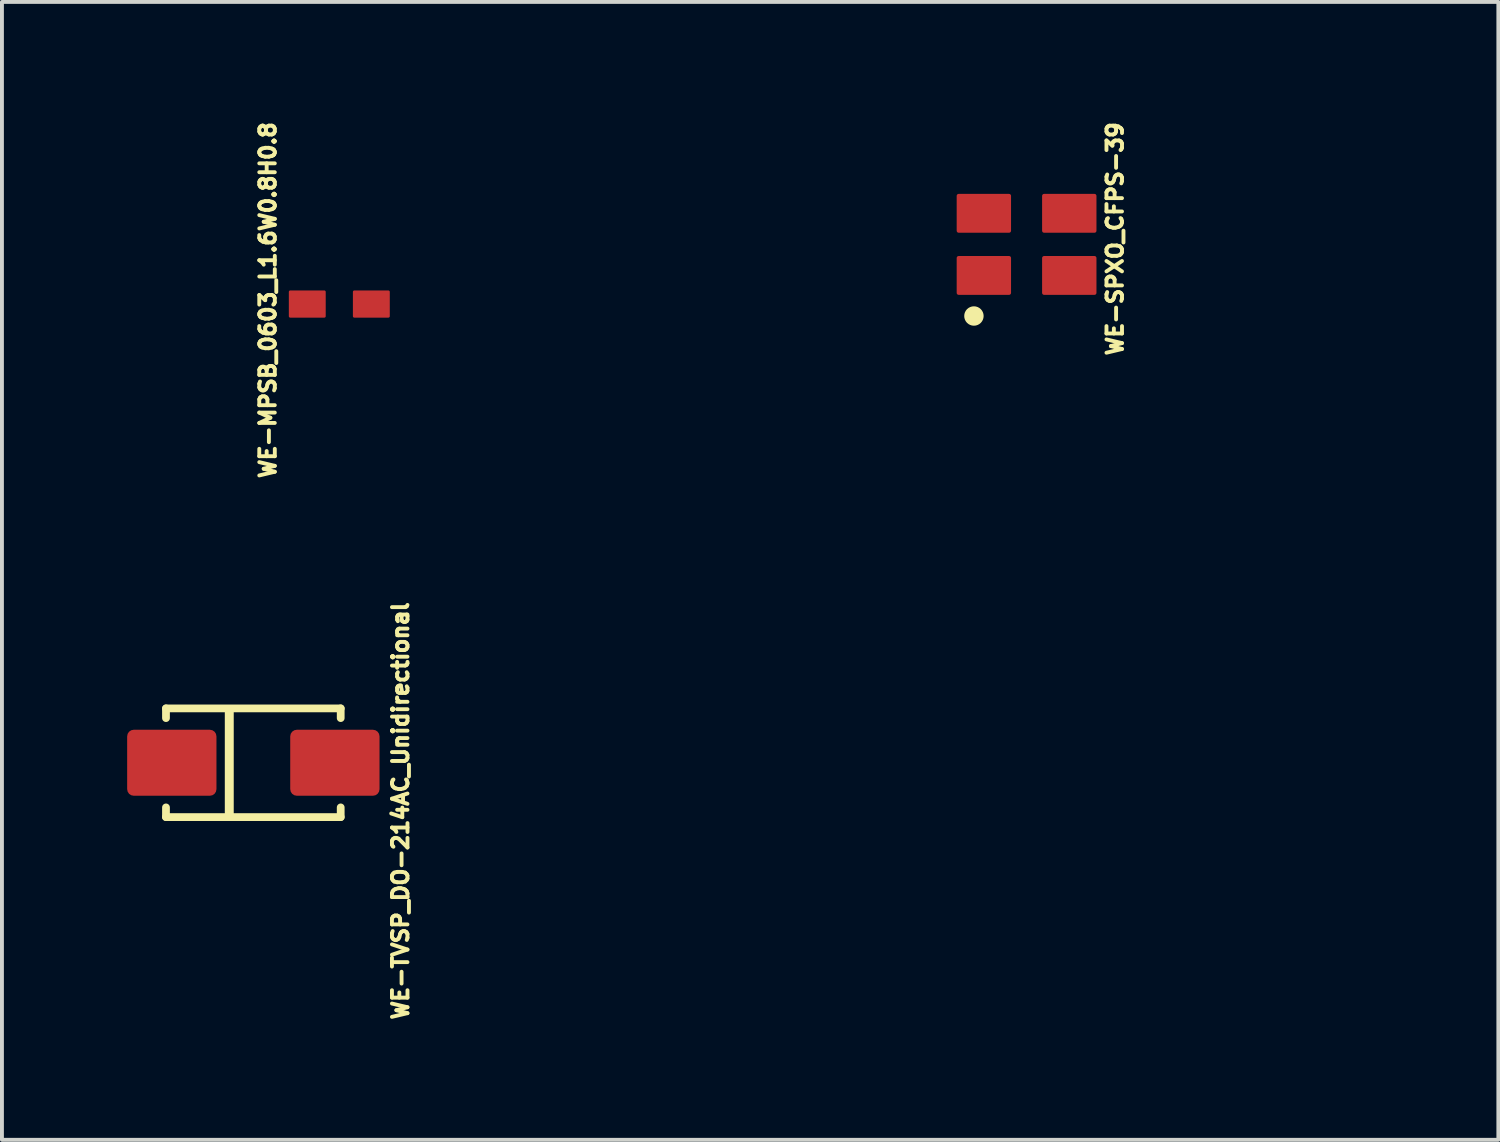
<source format=kicad_pcb>
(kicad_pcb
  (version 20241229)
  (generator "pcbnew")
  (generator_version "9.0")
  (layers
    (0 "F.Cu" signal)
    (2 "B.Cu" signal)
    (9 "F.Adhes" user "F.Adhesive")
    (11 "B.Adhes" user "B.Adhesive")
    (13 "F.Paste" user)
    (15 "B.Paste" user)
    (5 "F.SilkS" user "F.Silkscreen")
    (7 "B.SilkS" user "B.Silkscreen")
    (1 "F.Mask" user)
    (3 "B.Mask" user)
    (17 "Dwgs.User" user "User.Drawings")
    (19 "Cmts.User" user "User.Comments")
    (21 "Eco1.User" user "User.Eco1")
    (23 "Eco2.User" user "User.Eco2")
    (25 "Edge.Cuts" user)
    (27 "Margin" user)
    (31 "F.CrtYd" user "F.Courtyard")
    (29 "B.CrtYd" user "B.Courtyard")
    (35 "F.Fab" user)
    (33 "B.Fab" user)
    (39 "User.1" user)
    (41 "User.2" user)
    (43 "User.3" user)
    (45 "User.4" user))
  (footprint "WE-MPSB_0603_L1.6W0.8H0.8"
    (layer "F.Cu")
    (at 5.689 4.781)
    (property "Reference" "WE-MPSB_0603_L1.6W0.8H0.8" (at -1.841 -0.1 90) (unlocked yes) (layer "F.SilkS") (effects (font (size 0.4 0.4) (thickness 0.1))))
    (fp_line (start -1.5 0.7) (end -1.5 -0.7) (stroke (width 0.05) (type solid)) (layer "User.2"))
    (fp_line (start 1.5 -0.7) (end -1.5 -0.7) (stroke (width 0.05) (type solid)) (layer "User.2"))
    (fp_line (start 1.5 0.7) (end -1.5 0.7) (stroke (width 0.05) (type solid)) (layer "User.2"))
    (fp_line (start 1.5 0.7) (end 1.5 -0.7) (stroke (width 0.05) (type solid)) (layer "User.2"))
    (fp_line (start 0 0.5) (end 0 -0.5) (stroke (width 0.05) (type solid)) (layer "User.3"))
    (fp_line (start 0.5 0) (end -0.5 0) (stroke (width 0.05) (type solid)) (layer "User.3"))
    (fp_line (start -0.8 0.4) (end -0.8 -0.4) (stroke (width 0.1) (type solid)) (layer "User.4"))
    (fp_line (start 0.8 -0.4) (end -0.8 -0.4) (stroke (width 0.1) (type solid)) (layer "User.4"))
    (fp_line (start 0.8 0.4) (end -0.8 0.4) (stroke (width 0.1) (type solid)) (layer "User.4"))
    (fp_line (start 0.8 0.4) (end 0.8 -0.4) (stroke (width 0.1) (type solid)) (layer "User.4"))
    (fp_rect (start -1.3 0.35) (end -0.35 -0.35) (stroke (width 0.1) (type default)) (fill no) (layer "User.6"))
    (fp_line (start -0.8 0.4) (end -0.8 -0.4) (stroke (width 0.1) (type solid)) (layer "User.11"))
    (fp_line (start 0.8 -0.4) (end -0.8 -0.4) (stroke (width 0.1) (type solid)) (layer "User.11"))
    (fp_line (start 0.8 0.4) (end -0.8 0.4) (stroke (width 0.1) (type solid)) (layer "User.11"))
    (fp_line (start 0.8 0.4) (end 0.8 -0.4) (stroke (width 0.1) (type solid)) (layer "User.11"))
    (fp_text user "${REFERENCE}" (at 0.05 0.018 0) (unlocked yes) (layer "User.6") (effects (font (size 0.5 0.5) (thickness 0.05))))
    (pad "1" smd roundrect (at -0.825 0) (size 0.95 0.7) (layers "F.Cu" "F.Mask" "F.Paste") (roundrect_rratio 0.05))
    (pad "2" smd roundrect (at 0.825 0) (size 0.95 0.7) (layers "F.Cu" "F.Mask" "F.Paste") (roundrect_rratio 0.05)))
  (footprint "WE-TVSP_DO-214AC_Unidirectional"
    (layer "F.Cu")
    (at 3.475 16.595)
    (property "Reference" "WE-TVSP_DO-214AC_Unidirectional" (at 3.79 1.24 90) (unlocked yes) (layer "F.SilkS") (effects (font (size 0.4 0.4) (thickness 0.1))))
    (fp_line (start -2.25 -1.15) (end -2.25 -1.4) (stroke (width 0.2) (type solid)) (layer "F.SilkS"))
    (fp_line (start -2.25 1.4) (end -2.25 1.15) (stroke (width 0.2) (type solid)) (layer "F.SilkS"))
    (fp_line (start 2.25 -1.4) (end -2.25 -1.4) (stroke (width 0.2) (type solid)) (layer "F.SilkS"))
    (fp_line (start 2.25 -1.15) (end 2.25 -1.4) (stroke (width 0.2) (type solid)) (layer "F.SilkS"))
    (fp_line (start 2.25 1.4) (end -2.25 1.4) (stroke (width 0.2) (type solid)) (layer "F.SilkS"))
    (fp_line (start 2.25 1.4) (end 2.25 1.15) (stroke (width 0.2) (type solid)) (layer "F.SilkS"))
    (fp_rect (start -0.735 1.4) (end -0.505 -1.4) (stroke (width 0) (type default)) (fill yes) (layer "F.SilkS"))
    (fp_line (start -3.45 1.6) (end -3.45 -1.6) (stroke (width 0.05) (type solid)) (layer "User.2"))
    (fp_line (start 3.45 -1.6) (end -3.45 -1.6) (stroke (width 0.05) (type solid)) (layer "User.2"))
    (fp_line (start 3.45 1.6) (end -3.45 1.6) (stroke (width 0.05) (type solid)) (layer "User.2"))
    (fp_line (start 3.45 1.6) (end 3.45 -1.6) (stroke (width 0.05) (type solid)) (layer "User.2"))
    (fp_line (start 0.00001 0.5) (end 0.00001 -0.5) (stroke (width 0.05) (type solid)) (layer "User.3"))
    (fp_line (start 0.5 0) (end -0.5 0) (stroke (width 0.05) (type solid)) (layer "User.3"))
    (fp_line (start -2.12 1.335) (end -2.12 -1.335) (stroke (width 0.1) (type solid)) (layer "User.9"))
    (fp_line (start 2.12 -1.335) (end -2.12 -1.335) (stroke (width 0.1) (type solid)) (layer "User.9"))
    (fp_line (start 2.12 1.335) (end -2.12 1.335) (stroke (width 0.1) (type solid)) (layer "User.9"))
    (fp_line (start 2.12 1.335) (end 2.12 -1.335) (stroke (width 0.1) (type solid)) (layer "User.9"))
    (fp_rect (start -1.435 1.335) (end -1.205 -1.335) (stroke (width 0.1) (type default)) (fill no) (layer "User.9"))
    (fp_text user "${REFERENCE}" (at -1.27 0.474 0) (unlocked yes) (layer "User.9") (effects (font (size 0.762 0.762) (thickness 0.152)) (justify left bottom)))
    (pad "1" smd roundrect (at -2.1 0) (size 2.3 1.7) (layers "F.Cu" "F.Mask" "F.Paste") (roundrect_rratio 0.1))
    (pad "2" smd roundrect (at 2.1 0) (size 2.3 1.7) (layers "F.Cu" "F.Mask" "F.Paste") (roundrect_rratio 0.1)))
  (footprint "WE-SPXO_CFPS-39"
    (layer "F.Cu")
    (at 23.39 3.244)
    (property "Reference" "WE-SPXO_CFPS-39" (at 2.278 -0.143 90) (unlocked yes) (layer "F.SilkS") (effects (font (size 0.4 0.4) (thickness 0.1))))
    (fp_circle (center -1.356 1.845) (end -1.481 1.845) (stroke (width 0.25) (type solid)) (fill no) (layer "F.SilkS"))
    (fp_line (start -2 1.5) (end -2 -1.5) (stroke (width 0.05) (type solid)) (layer "User.2"))
    (fp_line (start 2 -1.5) (end -2 -1.5) (stroke (width 0.05) (type solid)) (layer "User.2"))
    (fp_line (start 2 1.5) (end -2 1.5) (stroke (width 0.05) (type solid)) (layer "User.2"))
    (fp_line (start 2 1.5) (end 2 -1.5) (stroke (width 0.05) (type solid)) (layer "User.2"))
    (fp_line (start 0 0.5) (end 0 -0.5) (stroke (width 0.05) (type solid)) (layer "User.3"))
    (fp_line (start 0.5 0) (end -0.5 0) (stroke (width 0.05) (type solid)) (layer "User.3"))
    (fp_line (start -1.6 1.25) (end -1.6 -1.25) (stroke (width 0.1) (type solid)) (layer "User.4"))
    (fp_line (start 1.6 -1.25) (end -1.6 -1.25) (stroke (width 0.1) (type solid)) (layer "User.4"))
    (fp_line (start 1.6 1.25) (end -1.6 1.25) (stroke (width 0.1) (type solid)) (layer "User.4"))
    (fp_line (start 1.6 1.25) (end 1.6 -1.25) (stroke (width 0.1) (type solid)) (layer "User.4"))
    (fp_circle (center -1.1 0.75) (end -1.3 0.75) (stroke (width 0.1) (type solid)) (fill no) (layer "User.4"))
    (fp_rect (start -1.8 1.3) (end -0.4 0.3) (stroke (width 0.1) (type default)) (fill no) (layer "User.6"))
    (fp_line (start -1.6 1.25) (end -1.6 -1.25) (stroke (width 0.1) (type solid)) (layer "User.11"))
    (fp_line (start 1.6 -1.25) (end -1.6 -1.25) (stroke (width 0.1) (type solid)) (layer "User.11"))
    (fp_line (start 1.6 1.25) (end -1.6 1.25) (stroke (width 0.1) (type solid)) (layer "User.11"))
    (fp_line (start 1.6 1.25) (end 1.6 -1.25) (stroke (width 0.1) (type solid)) (layer "User.11"))
    (fp_circle (center -1.1 0.75) (end -1.3 0.75) (stroke (width 0.1) (type solid)) (fill no) (layer "User.11"))
    (fp_text user "${REFERENCE}" (at 0.12 0.042 0) (unlocked yes) (layer "User.6") (effects (font (size 1.2 1.2) (thickness 0.12))))
    (pad "1" smd roundrect (at -1.1 0.8) (size 1.4 1) (layers "F.Cu" "F.Mask" "F.Paste") (roundrect_rratio 0.05))
    (pad "2" smd roundrect (at 1.1 0.8) (size 1.4 1) (layers "F.Cu" "F.Mask" "F.Paste") (roundrect_rratio 0.05))
    (pad "3" smd roundrect (at 1.1 -0.8) (size 1.4 1) (layers "F.Cu" "F.Mask" "F.Paste") (roundrect_rratio 0.05))
    (pad "4" smd roundrect (at -1.1 -0.8) (size 1.4 1) (layers "F.Cu" "F.Mask" "F.Paste") (roundrect_rratio 0.05)))
  (gr_rect
    (start -3 -3)
    (end 35.541 26.307)
    (stroke (width 0.1) (type default))
    (fill no)
    (layer "Edge.Cuts")))
</source>
